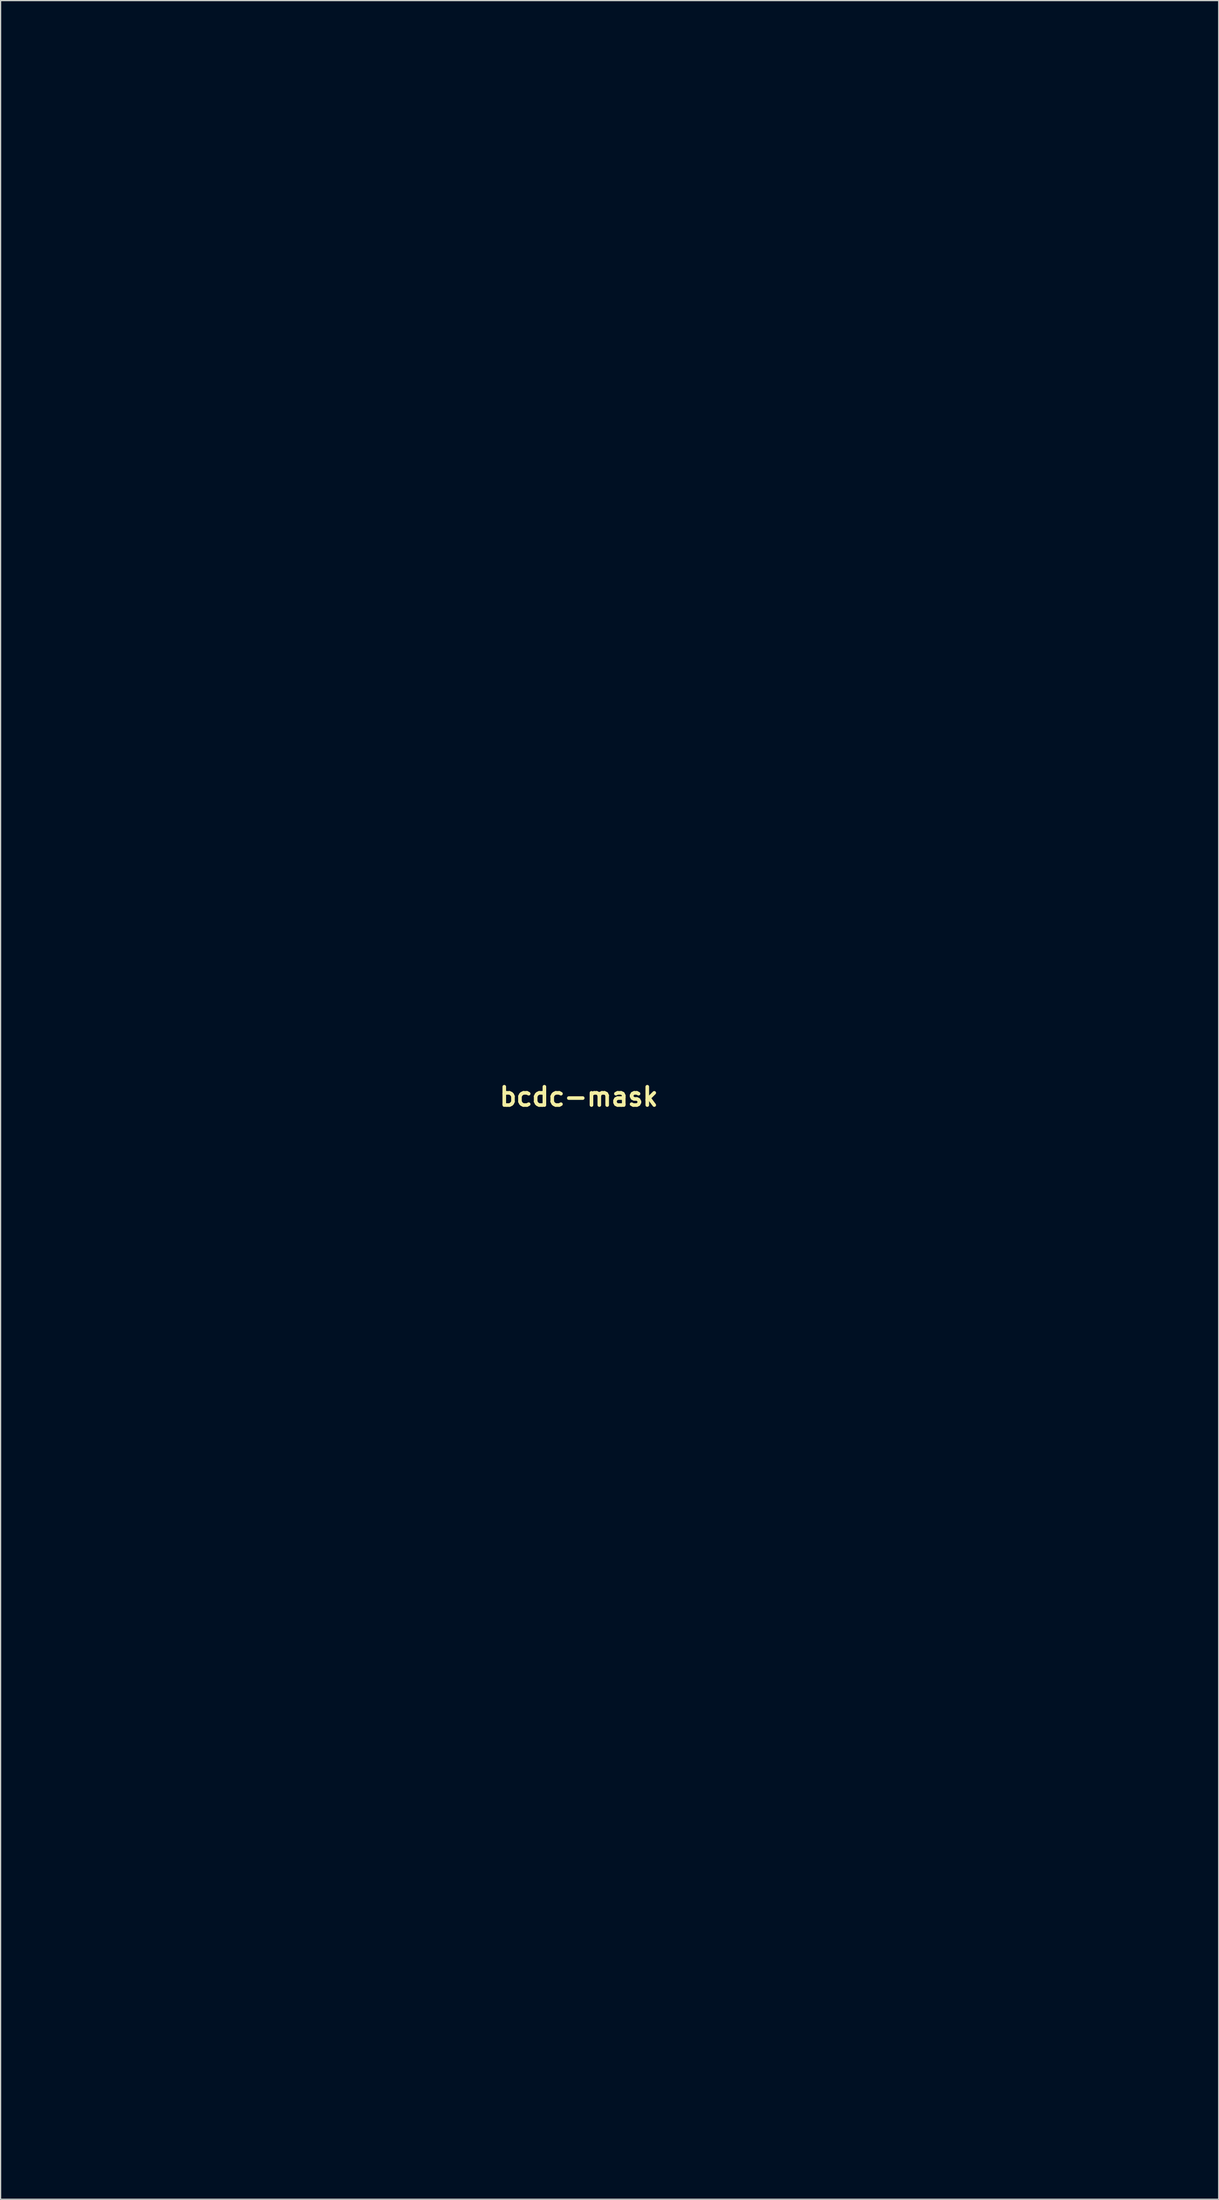
<source format=kicad_pcb>
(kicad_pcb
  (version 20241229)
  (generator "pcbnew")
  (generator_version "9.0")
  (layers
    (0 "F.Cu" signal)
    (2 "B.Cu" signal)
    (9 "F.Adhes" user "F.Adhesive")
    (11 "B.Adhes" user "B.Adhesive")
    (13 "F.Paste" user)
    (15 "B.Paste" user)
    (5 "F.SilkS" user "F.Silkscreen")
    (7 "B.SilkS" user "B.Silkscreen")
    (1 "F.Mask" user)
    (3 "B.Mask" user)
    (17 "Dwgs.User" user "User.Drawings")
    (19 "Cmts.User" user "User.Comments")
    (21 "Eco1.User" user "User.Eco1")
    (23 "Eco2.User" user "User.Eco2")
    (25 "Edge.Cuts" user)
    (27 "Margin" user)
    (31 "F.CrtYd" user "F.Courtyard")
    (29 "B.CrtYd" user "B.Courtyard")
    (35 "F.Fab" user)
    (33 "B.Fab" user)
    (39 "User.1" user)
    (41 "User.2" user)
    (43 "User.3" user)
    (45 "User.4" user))
  (footprint "bcdc-mask"
    (layer "F.Cu")
    (at 45.121 88.192)
    (property "Reference" "bcdc-mask" (at 0 0 0) (layer "F.SilkS") (effects (font (size 1.524 1.524) (thickness 0.3))))
    (attr through_hole)
    (fp_poly (pts (xy 45.433 -14.982) (xy 45.78 -14.761) (xy 45.94 -14.31) (xy 45.919 -13.599) (xy 45.82 -13.025) (xy 45.697 -11.925) (xy 45.719 -10.593) (xy 45.879 -9.117) (xy 46.171 -7.586) (xy 46.259 -7.221) (xy 46.507 -6.369) (xy 46.814 -5.493) (xy 47.149 -4.669) (xy 47.478 -3.973) (xy 47.768 -3.483) (xy 47.944 -3.294) (xy 48.108 -3.359) (xy 48.257 -3.718) (xy 48.379 -4.309) (xy 48.461 -5.074) (xy 48.49 -5.922) (xy 48.433 -6.971) (xy 48.276 -8.201) (xy 48.044 -9.479) (xy 47.76 -10.677) (xy 47.449 -11.661) (xy 47.421 -11.734) (xy 47.132 -12.663) (xy 47.095 -13.343) (xy 47.31 -13.774) (xy 47.432 -13.858) (xy 47.901 -13.966) (xy 48.34 -13.763) (xy 48.757 -13.24) (xy 49.157 -12.386) (xy 49.547 -11.193) (xy 49.755 -10.411) (xy 49.963 -9.362) (xy 50.116 -8.157) (xy 50.211 -6.885) (xy 50.245 -5.637) (xy 50.214 -4.504) (xy 50.115 -3.575) (xy 50.024 -3.161) (xy 49.638 -2.248) (xy 49.113 -1.625) (xy 48.482 -1.31) (xy 47.776 -1.318) (xy 47.052 -1.649) (xy 46.418 -2.25) (xy 45.816 -3.152) (xy 45.264 -4.3) (xy 44.781 -5.638) (xy 44.382 -7.114) (xy 44.087 -8.672) (xy 43.914 -10.257) (xy 43.873 -11.403) (xy 43.933 -12.769) (xy 44.111 -13.817) (xy 44.407 -14.541) (xy 44.817 -14.938) (xy 45.341 -15.002) (xy 45.433 -14.982)) (stroke (width 0.01) (type solid)) (fill yes) (layer "F.Mask"))
    (fp_poly (pts (xy -0.266 -88.187) (xy 1.626 -88.183) (xy 3.214 -88.169) (xy 4.549 -88.145) (xy 5.682 -88.108) (xy 6.664 -88.057) (xy 7.546 -87.99) (xy 8.379 -87.904) (xy 8.703 -87.865) (xy 12.385 -87.302) (xy 15.809 -86.561) (xy 18.955 -85.648) (xy 21.581 -84.662) (xy 24.443 -83.26) (xy 27.155 -81.536) (xy 29.718 -79.49) (xy 32.132 -77.121) (xy 34.395 -74.432) (xy 36.508 -71.42) (xy 38.471 -68.088) (xy 38.906 -67.266) (xy 39.505 -66.078) (xy 39.912 -65.188) (xy 40.127 -64.597) (xy 40.149 -64.303) (xy 39.978 -64.308) (xy 39.613 -64.61) (xy 39.054 -65.209) (xy 38.299 -66.106) (xy 37.855 -66.658) (xy 35.604 -69.4) (xy 33.442 -71.855) (xy 31.326 -74.068) (xy 29.217 -76.083) (xy 27.896 -77.25) (xy 25.689 -78.947) (xy 23.426 -80.296) (xy 21.088 -81.303) (xy 18.659 -81.975) (xy 16.122 -82.316) (xy 13.458 -82.332) (xy 12.575 -82.27) (xy 10.916 -82.077) (xy 9.058 -81.784) (xy 7.119 -81.414) (xy 5.214 -80.991) (xy 3.462 -80.539) (xy 2.332 -80.199) (xy 1.381 -79.904) (xy 0.604 -79.715) (xy -0.085 -79.634) (xy -0.775 -79.663) (xy -1.553 -79.805) (xy -2.508 -80.061) (xy -3.453 -80.349) (xy -5.6 -80.956) (xy -7.813 -81.466) (xy -10.025 -81.87) (xy -12.172 -82.16) (xy -14.186 -82.325) (xy -16.001 -82.357) (xy -17.356 -82.271) (xy -19.961 -81.798) (xy -22.467 -80.984) (xy -24.871 -79.832) (xy -26.867 -78.56) (xy -27.958 -77.713) (xy -29.217 -76.62) (xy -30.603 -75.324) (xy -32.075 -73.867) (xy -33.593 -72.291) (xy -35.115 -70.638) (xy -36.6 -68.95) (xy -38.008 -67.27) (xy -38.786 -66.298) (xy -39.358 -65.584) (xy -39.859 -64.983) (xy -40.247 -64.544) (xy -40.478 -64.319) (xy -40.516 -64.299) (xy -40.645 -64.448) (xy -40.676 -64.658) (xy -40.578 -65.091) (xy -40.305 -65.771) (xy -39.881 -66.649) (xy -39.334 -67.682) (xy -38.69 -68.822) (xy -37.975 -70.024) (xy -37.215 -71.242) (xy -36.438 -72.43) (xy -35.67 -73.541) (xy -35.152 -74.25) (xy -33.033 -76.827) (xy -30.769 -79.11) (xy -28.339 -81.113) (xy -25.725 -82.845) (xy -22.907 -84.318) (xy -19.864 -85.545) (xy -16.577 -86.535) (xy -13.027 -87.302) (xy -12.611 -87.374) (xy -11.325 -87.586) (xy -10.161 -87.759) (xy -9.059 -87.896) (xy -7.962 -88.001) (xy -6.809 -88.078) (xy -5.543 -88.132) (xy -4.103 -88.165) (xy -2.432 -88.182) (xy -0.471 -88.187) (xy -0.266 -88.187)) (stroke (width 0.01) (type solid)) (fill yes) (layer "F.Mask"))
    (fp_poly (pts (xy 25.04 -43.873) (xy 27.354 -43.872) (xy 29.361 -43.87) (xy 31.082 -43.866) (xy 32.543 -43.86) (xy 33.767 -43.851) (xy 34.777 -43.838) (xy 35.597 -43.822) (xy 36.25 -43.801) (xy 36.76 -43.775) (xy 37.151 -43.743) (xy 37.446 -43.705) (xy 37.669 -43.66) (xy 37.843 -43.608) (xy 37.992 -43.548) (xy 38.094 -43.502) (xy 39.063 -42.867) (xy 39.887 -41.983) (xy 40.479 -40.948) (xy 40.603 -40.608) (xy 40.918 -39.61) (xy 44.406 -39.61) (xy 44.406 -36.59) (xy 40.878 -36.59) (xy 40.821 -32.638) (xy 40.795 -31.208) (xy 40.755 -30.081) (xy 40.687 -29.205) (xy 40.577 -28.528) (xy 40.413 -27.997) (xy 40.181 -27.56) (xy 39.867 -27.166) (xy 39.459 -26.762) (xy 39.271 -26.591) (xy 39.032 -26.368) (xy 38.823 -26.172) (xy 38.622 -26.002) (xy 38.405 -25.856) (xy 38.147 -25.732) (xy 37.825 -25.628) (xy 37.417 -25.543) (xy 36.897 -25.474) (xy 36.243 -25.42) (xy 35.431 -25.38) (xy 34.437 -25.35) (xy 33.237 -25.33) (xy 31.808 -25.318) (xy 30.127 -25.312) (xy 28.169 -25.31) (xy 25.911 -25.31) (xy 23.33 -25.311) (xy 22.38 -25.311) (xy 19.742 -25.311) (xy 17.436 -25.312) (xy 15.437 -25.314) (xy 13.723 -25.318) (xy 12.269 -25.324) (xy 11.051 -25.333) (xy 10.047 -25.345) (xy 9.233 -25.362) (xy 8.584 -25.383) (xy 8.077 -25.409) (xy 7.688 -25.441) (xy 7.394 -25.48) (xy 7.171 -25.525) (xy 6.996 -25.578) (xy 6.843 -25.638) (xy 6.734 -25.688) (xy 5.73 -26.319) (xy 4.869 -27.176) (xy 4.341 -27.993) (xy 4.226 -28.261) (xy 4.136 -28.581) (xy 4.068 -29.002) (xy 4.015 -29.576) (xy 3.974 -30.354) (xy 3.939 -31.387) (xy 3.908 -32.677) (xy 3.819 -36.669) (xy 2.931 -37.02) (xy 2.157 -37.227) (xy 1.143 -37.356) (xy -0.001 -37.407) (xy -1.169 -37.381) (xy -2.252 -37.278) (xy -3.144 -37.097) (xy -3.375 -37.021) (xy -4.352 -36.656) (xy -4.447 -32.76) (xy -4.485 -31.351) (xy -4.533 -30.244) (xy -4.602 -29.385) (xy -4.704 -28.722) (xy -4.849 -28.201) (xy -5.052 -27.768) (xy -5.322 -27.371) (xy -5.673 -26.955) (xy -5.757 -26.862) (xy -6.311 -26.365) (xy -6.995 -25.905) (xy -7.328 -25.732) (xy -8.259 -25.311) (xy -22.558 -25.284) (xy -24.8 -25.281) (xy -26.953 -25.283) (xy -28.989 -25.288) (xy -30.878 -25.296) (xy -32.594 -25.307) (xy -34.107 -25.322) (xy -35.389 -25.338) (xy -36.411 -25.358) (xy -37.145 -25.379) (xy -37.562 -25.402) (xy -37.63 -25.411) (xy -38.578 -25.722) (xy -39.492 -26.232) (xy -40.231 -26.859) (xy -40.398 -27.057) (xy -40.707 -27.484) (xy -40.944 -27.888) (xy -41.119 -28.324) (xy -41.241 -28.846) (xy -41.319 -29.509) (xy -41.363 -30.367) (xy -41.382 -31.476) (xy -41.386 -32.766) (xy -41.386 -36.59) (xy -45.116 -36.59) (xy -45.116 -39.61) (xy -41.431 -39.61) (xy -41.399 -39.815) (xy -38.366 -39.815) (xy -38.366 -34.69) (xy -38.365 -33.118) (xy -38.356 -31.862) (xy -38.332 -30.882) (xy -38.286 -30.139) (xy -38.21 -29.594) (xy -38.098 -29.208) (xy -37.942 -28.94) (xy -37.735 -28.751) (xy -37.47 -28.602) (xy -37.234 -28.495) (xy -36.942 -28.445) (xy -36.333 -28.401) (xy -35.438 -28.363) (xy -34.291 -28.331) (xy -32.926 -28.305) (xy -31.375 -28.284) (xy -29.672 -28.269) (xy -27.85 -28.26) (xy -25.942 -28.256) (xy -23.981 -28.257) (xy -22.001 -28.263) (xy -20.034 -28.274) (xy -18.115 -28.29) (xy -16.275 -28.311) (xy -14.549 -28.337) (xy -12.969 -28.367) (xy -11.569 -28.401) (xy -10.382 -28.44) (xy -9.441 -28.482) (xy -8.78 -28.529) (xy -8.43 -28.58) (xy -8.393 -28.596) (xy -8.126 -28.793) (xy -7.915 -29.021) (xy -7.753 -29.319) (xy -7.635 -29.729) (xy -7.555 -30.29) (xy -7.506 -31.044) (xy -7.484 -32.03) (xy -7.483 -33.29) (xy -7.496 -34.864) (xy -7.497 -34.891) (xy -7.549 -39.765) (xy -7.597 -39.815) (xy 6.927 -39.815) (xy 6.927 -34.674) (xy 6.928 -33.184) (xy 6.933 -32.009) (xy 6.945 -31.104) (xy 6.966 -30.43) (xy 6.999 -29.945) (xy 7.046 -29.606) (xy 7.112 -29.372) (xy 7.197 -29.201) (xy 7.294 -29.067) (xy 7.736 -28.679) (xy 8.226 -28.438) (xy 8.517 -28.405) (xy 9.128 -28.376) (xy 10.027 -28.35) (xy 11.178 -28.327) (xy 12.549 -28.307) (xy 14.105 -28.29) (xy 15.811 -28.277) (xy 17.635 -28.267) (xy 19.541 -28.26) (xy 21.496 -28.257) (xy 23.466 -28.257) (xy 25.416 -28.26) (xy 27.313 -28.266) (xy 29.123 -28.276) (xy 30.811 -28.289) (xy 32.343 -28.305) (xy 33.686 -28.325) (xy 34.805 -28.348) (xy 35.667 -28.374) (xy 36.237 -28.404) (xy 36.466 -28.431) (xy 37.149 -28.784) (xy 37.487 -29.185) (xy 37.59 -29.377) (xy 37.67 -29.601) (xy 37.731 -29.903) (xy 37.774 -30.327) (xy 37.803 -30.916) (xy 37.821 -31.714) (xy 37.83 -32.766) (xy 37.833 -34.115) (xy 37.833 -34.604) (xy 37.831 -36.123) (xy 37.82 -37.329) (xy 37.795 -38.264) (xy 37.751 -38.97) (xy 37.682 -39.49) (xy 37.582 -39.866) (xy 37.446 -40.14) (xy 37.269 -40.353) (xy 37.058 -40.538) (xy 36.971 -40.594) (xy 36.84 -40.643) (xy 36.643 -40.684) (xy 36.355 -40.72) (xy 35.955 -40.75) (xy 35.418 -40.775) (xy 34.721 -40.796) (xy 33.841 -40.812) (xy 32.755 -40.824) (xy 31.44 -40.834) (xy 29.872 -40.84) (xy 28.027 -40.845) (xy 25.884 -40.847) (xy 23.418 -40.849) (xy 22.322 -40.849) (xy 7.966 -40.853) (xy 7.446 -40.334) (xy 6.927 -39.815) (xy -7.597 -39.815) (xy -8.592 -40.853) (xy -37.328 -40.853) (xy -37.847 -40.334) (xy -38.366 -39.815) (xy -41.399 -39.815) (xy -41.321 -40.298) (xy -41.046 -41.124) (xy -40.523 -41.977) (xy -39.831 -42.746) (xy -39.18 -43.246) (xy -38.306 -43.784) (xy -23.234 -43.831) (xy -20.573 -43.84) (xy -18.244 -43.846) (xy -16.224 -43.851) (xy -14.488 -43.853) (xy -13.012 -43.851) (xy -11.775 -43.847) (xy -10.751 -43.838) (xy -9.917 -43.824) (xy -9.25 -43.806) (xy -8.726 -43.782) (xy -8.322 -43.752) (xy -8.013 -43.716) (xy -7.777 -43.672) (xy -7.59 -43.621) (xy -7.428 -43.562) (xy -7.279 -43.499) (xy -6.493 -43.036) (xy -5.768 -42.385) (xy -5.169 -41.63) (xy -4.764 -40.854) (xy -4.618 -40.153) (xy -4.593 -40.002) (xy -4.47 -39.944) (xy -4.173 -39.98) (xy -3.629 -40.11) (xy -3.419 -40.165) (xy -2.116 -40.398) (xy -0.616 -40.491) (xy 0.949 -40.448) (xy 2.451 -40.269) (xy 3.401 -40.063) (xy 3.714 -40.016) (xy 3.904 -40.147) (xy 4.067 -40.535) (xy 4.094 -40.617) (xy 4.65 -41.778) (xy 5.467 -42.746) (xy 6.492 -43.466) (xy 6.983 -43.685) (xy 7.261 -43.724) (xy 7.876 -43.758) (xy 8.83 -43.788) (xy 10.126 -43.813) (xy 11.765 -43.834) (xy 13.751 -43.85) (xy 16.084 -43.862) (xy 18.769 -43.87) (xy 21.805 -43.873) (xy 22.394 -43.873) (xy 25.04 -43.873)) (stroke (width 0.01) (type solid)) (fill yes) (layer "F.Mask"))
    (fp_poly (pts (xy 0.533 -11.846) (xy 2.544 -11.74) (xy 4.303 -11.537) (xy 5.905 -11.216) (xy 7.443 -10.753) (xy 9.014 -10.127) (xy 10.169 -9.587) (xy 12.314 -8.412) (xy 14.477 -6.98) (xy 16.683 -5.272) (xy 18.958 -3.268) (xy 21.234 -1.043) (xy 22.1 -0.144) (xy 22.945 0.758) (xy 23.714 1.602) (xy 24.351 2.328) (xy 24.8 2.872) (xy 24.845 2.931) (xy 25.824 4.403) (xy 26.682 6.033) (xy 27.358 7.693) (xy 27.73 8.97) (xy 28.141 10.617) (xy 28.55 11.944) (xy 28.974 12.986) (xy 29.431 13.779) (xy 29.938 14.358) (xy 30.512 14.757) (xy 30.613 14.807) (xy 31.081 14.992) (xy 31.445 14.996) (xy 31.832 14.862) (xy 32.62 14.365) (xy 33.461 13.52) (xy 34.354 12.328) (xy 35.299 10.792) (xy 36.293 8.914) (xy 37.336 6.696) (xy 38.427 4.141) (xy 39.564 1.25) (xy 40.676 -1.776) (xy 41.065 -2.844) (xy 41.452 -3.868) (xy 41.808 -4.773) (xy 42.104 -5.481) (xy 42.279 -5.862) (xy 42.552 -6.39) (xy 42.711 -6.636) (xy 42.805 -6.634) (xy 42.88 -6.42) (xy 42.905 -6.325) (xy 42.975 -5.766) (xy 42.99 -4.91) (xy 42.954 -3.806) (xy 42.872 -2.508) (xy 42.749 -1.067) (xy 42.59 0.465) (xy 42.401 2.037) (xy 42.185 3.596) (xy 41.949 5.091) (xy 41.697 6.471) (xy 41.641 6.75) (xy 41.182 8.711) (xy 40.622 10.567) (xy 39.939 12.364) (xy 39.107 14.146) (xy 38.104 15.961) (xy 36.905 17.853) (xy 35.486 19.87) (xy 33.824 22.057) (xy 33.383 22.616) (xy 32.189 24.132) (xy 31.186 25.454) (xy 30.36 26.629) (xy 29.7 27.706) (xy 29.192 28.732) (xy 28.824 29.755) (xy 28.583 30.823) (xy 28.457 31.984) (xy 28.432 33.286) (xy 28.497 34.777) (xy 28.638 36.505) (xy 28.844 38.518) (xy 28.943 39.432) (xy 29.38 43.28) (xy 29.867 47.31) (xy 30.394 51.442) (xy 30.948 55.595) (xy 31.521 59.69) (xy 32.099 63.646) (xy 32.674 67.384) (xy 33.064 69.806) (xy 33.432 72.198) (xy 33.692 74.283) (xy 33.843 76.095) (xy 33.883 77.667) (xy 33.809 79.031) (xy 33.62 80.22) (xy 33.313 81.267) (xy 32.886 82.205) (xy 32.338 83.067) (xy 32.229 83.212) (xy 31.594 83.863) (xy 30.719 84.513) (xy 29.713 85.093) (xy 28.684 85.534) (xy 28.45 85.61) (xy 27.308 85.921) (xy 25.881 86.253) (xy 24.234 86.593) (xy 22.436 86.932) (xy 20.554 87.255) (xy 18.656 87.552) (xy 16.809 87.811) (xy 15.08 88.019) (xy 14.387 88.091) (xy 12.076 88.283) (xy 9.49 88.441) (xy 6.708 88.565) (xy 3.808 88.652) (xy 0.869 88.702) (xy -2.029 88.713) (xy -4.809 88.684) (xy -7.39 88.612) (xy -9.414 88.515) (xy -13.582 88.206) (xy -17.523 87.792) (xy -21.207 87.277) (xy -24.607 86.666) (xy -27.694 85.962) (xy -28.015 85.879) (xy -29.715 85.332) (xy -31.106 84.661) (xy -32.218 83.845) (xy -33.081 82.864) (xy -33.447 82.272) (xy -33.89 81.325) (xy -34.217 80.3) (xy -34.428 79.162) (xy -34.526 77.873) (xy -34.51 76.395) (xy -34.383 74.693) (xy -34.144 72.728) (xy -33.795 70.464) (xy -33.774 70.338) (xy -33.398 68.04) (xy -33.017 65.613) (xy -32.634 63.084) (xy -32.252 60.483) (xy -31.876 57.837) (xy -31.509 55.174) (xy -31.153 52.523) (xy -30.813 49.911) (xy -30.493 47.366) (xy -30.194 44.917) (xy -29.922 42.592) (xy -29.68 40.418) (xy -29.47 38.424) (xy -29.297 36.637) (xy -29.163 35.086) (xy -29.073 33.799) (xy -29.03 32.804) (xy -29.037 32.129) (xy -29.041 32.076) (xy -29.336 30.18) (xy -29.903 28.451) (xy -30.77 26.823) (xy -31.871 25.339) (xy -32.814 24.189) (xy -33.843 22.886) (xy -34.896 21.512) (xy -35.911 20.149) (xy -36.824 18.881) (xy -37.576 17.789) (xy -37.652 17.673) (xy -39.065 15.372) (xy -40.209 13.15) (xy -41.122 10.914) (xy -41.847 8.573) (xy -42.165 7.269) (xy -42.435 5.939) (xy -42.691 4.439) (xy -42.927 2.833) (xy -43.136 1.183) (xy -43.312 -0.449) (xy -43.448 -2.002) (xy -43.537 -3.411) (xy -43.574 -4.615) (xy -43.551 -5.552) (xy -43.531 -5.773) (xy -43.414 -6.838) (xy -42.823 -5.595) (xy -42.603 -5.099) (xy -42.279 -4.328) (xy -41.876 -3.339) (xy -41.415 -2.191) (xy -40.921 -0.939) (xy -40.416 0.359) (xy -40.396 0.412) (xy -39.857 1.796) (xy -39.295 3.216) (xy -38.741 4.594) (xy -38.226 5.855) (xy -37.78 6.924) (xy -37.476 7.629) (xy -36.595 9.504) (xy -35.716 11.14) (xy -34.854 12.515) (xy -34.025 13.607) (xy -33.243 14.393) (xy -32.605 14.814) (xy -32.144 14.995) (xy -31.779 14.993) (xy -31.401 14.859) (xy -30.694 14.429) (xy -30.081 13.771) (xy -29.848 13.373) (xy -19.652 13.373) (xy -19.354 15.264) (xy -18.809 17.025) (xy -18.086 18.481) (xy -17.18 19.64) (xy -16.084 20.51) (xy -14.79 21.098) (xy -13.984 21.305) (xy -12.761 21.456) (xy -11.749 21.374) (xy -11.091 21.157) (xy -10.33 20.659) (xy -9.612 19.919) (xy -9.034 19.05) (xy -8.788 18.496) (xy -8.66 17.984) (xy -8.533 17.226) (xy -8.423 16.33) (xy -8.356 15.542) (xy -8.269 14.44) (xy -8.167 13.628) (xy -8.03 13.043) (xy -7.84 12.619) (xy -7.578 12.292) (xy -7.346 12.09) (xy -7.073 11.904) (xy -6.776 11.795) (xy -6.363 11.75) (xy -5.742 11.755) (xy -5.246 11.775) (xy -4.343 11.848) (xy -3.407 11.974) (xy -2.613 12.128) (xy -2.487 12.16) (xy -1.488 12.335) (xy -0.318 12.393) (xy 0.886 12.341) (xy 1.987 12.182) (xy 2.642 12.002) (xy 3.32 11.841) (xy 4.216 11.744) (xy 4.883 11.723) (xy 5.762 11.756) (xy 6.427 11.883) (xy 6.913 12.149) (xy 7.252 12.595) (xy 7.477 13.267) (xy 7.62 14.207) (xy 7.716 15.453) (xy 7.84 16.834) (xy 8.046 17.944) (xy 8.356 18.862) (xy 8.794 19.666) (xy 8.966 19.915) (xy 9.714 20.723) (xy 10.584 21.231) (xy 11.61 21.45) (xy 12.826 21.389) (xy 13.357 21.293) (xy 14.804 20.82) (xy 16.057 20.07) (xy 17.083 19.068) (xy 17.84 17.859) (xy 18.554 15.97) (xy 18.95 14.027) (xy 19.027 12.077) (xy 18.784 10.168) (xy 18.222 8.347) (xy 17.943 7.727) (xy 16.989 6.169) (xy 15.73 4.737) (xy 14.2 3.442) (xy 12.43 2.294) (xy 10.454 1.306) (xy 8.304 0.49) (xy 6.011 -0.144) (xy 3.609 -0.583) (xy 1.131 -0.817) (xy -1.393 -0.834) (xy -3.928 -0.621) (xy -5.062 -0.448) (xy -7.376 0.061) (xy -9.619 0.756) (xy -11.715 1.608) (xy -13.589 2.587) (xy -14.652 3.278) (xy -16.261 4.622) (xy -17.573 6.134) (xy -18.577 7.79) (xy -19.265 9.564) (xy -19.626 11.433) (xy -19.652 13.373) (xy -29.848 13.373) (xy -29.546 12.855) (xy -29.073 11.651) (xy -28.646 10.132) (xy -28.521 9.598) (xy -27.938 7.595) (xy -27.109 5.619) (xy -26.089 3.792) (xy -25.427 2.842) (xy -25.037 2.367) (xy -24.446 1.698) (xy -23.708 0.892) (xy -22.875 0.005) (xy -21.997 -0.905) (xy -21.733 -1.174) (xy -19.606 -3.255) (xy -17.592 -5.05) (xy -15.647 -6.593) (xy -13.728 -7.918) (xy -11.791 -9.057) (xy -10.569 -9.681) (xy -8.728 -10.493) (xy -6.949 -11.1) (xy -5.149 -11.521) (xy -3.243 -11.77) (xy -1.15 -11.865) (xy 0.533 -11.846)) (stroke (width 0.01) (type solid)) (fill yes) (layer "F.Mask")))
  (gr_rect
    (start -3 -3)
    (end 98.371 179.91)
    (stroke (width 0.1) (type default))
    (fill no)
    (layer "Edge.Cuts")))
</source>
